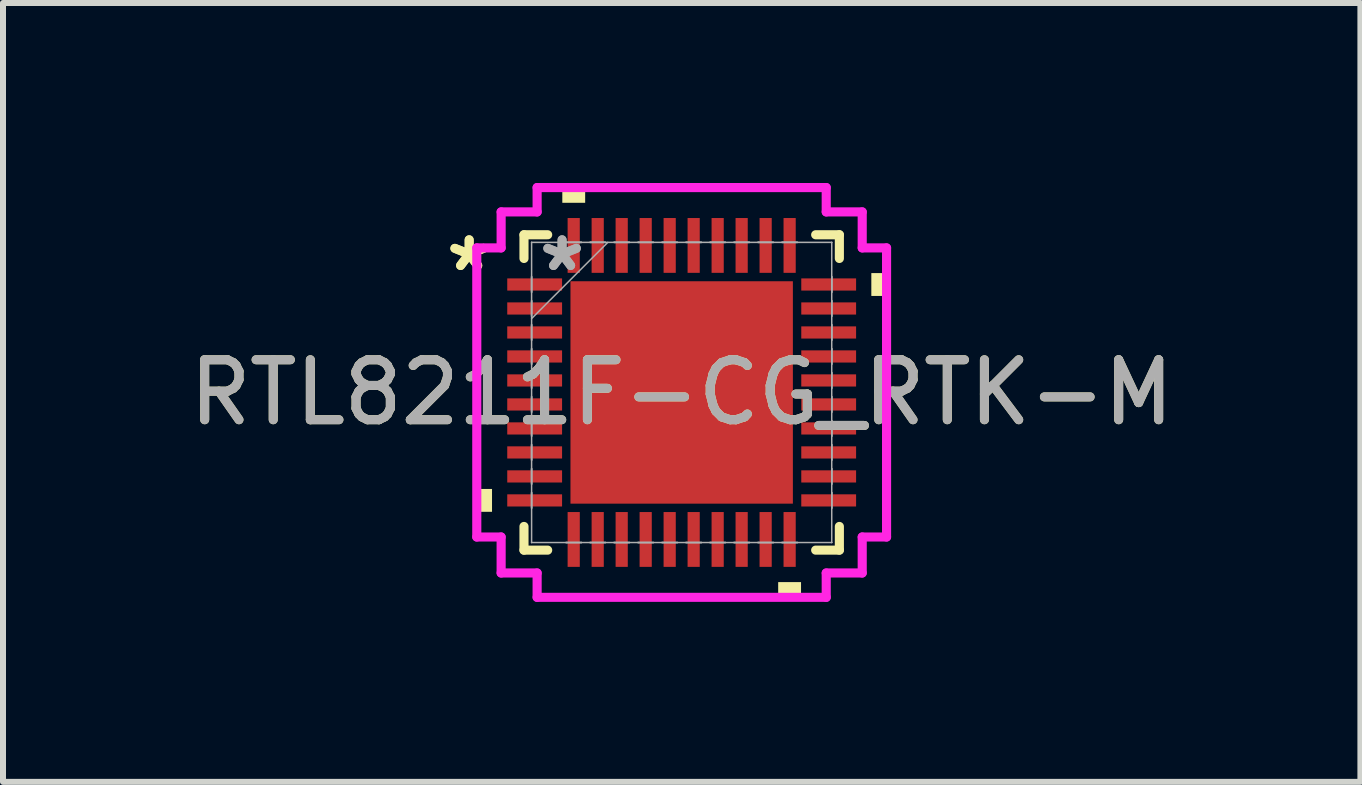
<source format=kicad_pcb>
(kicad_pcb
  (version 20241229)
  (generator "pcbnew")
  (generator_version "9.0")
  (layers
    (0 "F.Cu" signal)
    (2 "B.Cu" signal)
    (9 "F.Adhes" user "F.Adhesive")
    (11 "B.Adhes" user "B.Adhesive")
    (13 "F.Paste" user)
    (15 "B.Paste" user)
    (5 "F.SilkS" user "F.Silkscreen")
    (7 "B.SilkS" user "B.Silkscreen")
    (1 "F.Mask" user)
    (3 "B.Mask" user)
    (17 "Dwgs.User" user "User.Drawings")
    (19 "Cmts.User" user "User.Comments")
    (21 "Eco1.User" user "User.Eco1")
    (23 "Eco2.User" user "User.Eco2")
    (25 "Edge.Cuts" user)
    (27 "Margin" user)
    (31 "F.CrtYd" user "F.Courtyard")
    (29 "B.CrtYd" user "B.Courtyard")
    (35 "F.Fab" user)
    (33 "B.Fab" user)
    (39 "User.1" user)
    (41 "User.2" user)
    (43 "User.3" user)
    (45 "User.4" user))
  (footprint "RTL8211F-CG_RTK-M"
    (layer "F.Cu")
    (at 8.315 3.493)
    (property "Reference" "RTL8211F-CG_RTK-M" (at 0 0 0) (unlocked yes) (layer "F.SilkS") (effects (font (size 1 1) (thickness 0.15))))
    (attr smd)
    (fp_line (start -2.629 -2.629) (end -2.629 -2.234) (stroke (width 0.152) (type solid)) (layer "F.SilkS"))
    (fp_line (start -2.629 2.234) (end -2.629 2.629) (stroke (width 0.152) (type solid)) (layer "F.SilkS"))
    (fp_line (start -2.629 2.629) (end -2.234 2.629) (stroke (width 0.152) (type solid)) (layer "F.SilkS"))
    (fp_line (start -2.234 -2.629) (end -2.629 -2.629) (stroke (width 0.152) (type solid)) (layer "F.SilkS"))
    (fp_line (start 2.234 2.629) (end 2.629 2.629) (stroke (width 0.152) (type solid)) (layer "F.SilkS"))
    (fp_line (start 2.629 -2.629) (end 2.234 -2.629) (stroke (width 0.152) (type solid)) (layer "F.SilkS"))
    (fp_line (start 2.629 -2.234) (end 2.629 -2.629) (stroke (width 0.152) (type solid)) (layer "F.SilkS"))
    (fp_line (start 2.629 2.629) (end 2.629 2.234) (stroke (width 0.152) (type solid)) (layer "F.SilkS"))
    (fp_poly (pts (xy -3.416 1.609) (xy -3.416 1.99) (xy -3.162 1.99) (xy -3.162 1.609)) (stroke (width 0) (type solid)) (fill yes) (layer "F.SilkS"))
    (fp_poly (pts (xy -1.99 -3.162) (xy -1.99 -3.416) (xy -1.609 -3.416) (xy -1.609 -3.162)) (stroke (width 0) (type solid)) (fill yes) (layer "F.SilkS"))
    (fp_poly (pts (xy 1.609 3.162) (xy 1.609 3.416) (xy 1.99 3.416) (xy 1.99 3.162)) (stroke (width 0) (type solid)) (fill yes) (layer "F.SilkS"))
    (fp_poly (pts (xy 3.416 -1.99) (xy 3.416 -1.609) (xy 3.162 -1.609) (xy 3.162 -1.99)) (stroke (width 0) (type solid)) (fill yes) (layer "F.SilkS"))
    (fp_poly (pts (xy -1.754 -1.754) (xy -1.754 -0.1) (xy -0.1 -0.1) (xy -0.1 -1.754)) (stroke (width 0) (type solid)) (fill yes) (layer "F.Paste"))
    (fp_poly (pts (xy -1.754 0.1) (xy -1.754 1.754) (xy -0.1 1.754) (xy -0.1 0.1)) (stroke (width 0) (type solid)) (fill yes) (layer "F.Paste"))
    (fp_poly (pts (xy 0.1 -1.754) (xy 0.1 -0.1) (xy 1.754 -0.1) (xy 1.754 -1.754)) (stroke (width 0) (type solid)) (fill yes) (layer "F.Paste"))
    (fp_poly (pts (xy 0.1 0.1) (xy 0.1 1.754) (xy 1.754 1.754) (xy 1.754 0.1)) (stroke (width 0) (type solid)) (fill yes) (layer "F.Paste"))
    (fp_line (start -3.416 -2.41) (end -3.01 -2.41) (stroke (width 0.152) (type solid)) (layer "F.CrtYd"))
    (fp_line (start -3.416 2.41) (end -3.416 -2.41) (stroke (width 0.152) (type solid)) (layer "F.CrtYd"))
    (fp_line (start -3.01 -3.01) (end -2.41 -3.01) (stroke (width 0.152) (type solid)) (layer "F.CrtYd"))
    (fp_line (start -3.01 -2.41) (end -3.01 -3.01) (stroke (width 0.152) (type solid)) (layer "F.CrtYd"))
    (fp_line (start -3.01 2.41) (end -3.416 2.41) (stroke (width 0.152) (type solid)) (layer "F.CrtYd"))
    (fp_line (start -3.01 3.01) (end -3.01 2.41) (stroke (width 0.152) (type solid)) (layer "F.CrtYd"))
    (fp_line (start -2.41 -3.416) (end 2.41 -3.416) (stroke (width 0.152) (type solid)) (layer "F.CrtYd"))
    (fp_line (start -2.41 -3.01) (end -2.41 -3.416) (stroke (width 0.152) (type solid)) (layer "F.CrtYd"))
    (fp_line (start -2.41 3.01) (end -3.01 3.01) (stroke (width 0.152) (type solid)) (layer "F.CrtYd"))
    (fp_line (start -2.41 3.416) (end -2.41 3.01) (stroke (width 0.152) (type solid)) (layer "F.CrtYd"))
    (fp_line (start 2.41 -3.416) (end 2.41 -3.01) (stroke (width 0.152) (type solid)) (layer "F.CrtYd"))
    (fp_line (start 2.41 -3.01) (end 3.01 -3.01) (stroke (width 0.152) (type solid)) (layer "F.CrtYd"))
    (fp_line (start 2.41 3.01) (end 2.41 3.416) (stroke (width 0.152) (type solid)) (layer "F.CrtYd"))
    (fp_line (start 2.41 3.416) (end -2.41 3.416) (stroke (width 0.152) (type solid)) (layer "F.CrtYd"))
    (fp_line (start 3.01 -3.01) (end 3.01 -2.41) (stroke (width 0.152) (type solid)) (layer "F.CrtYd"))
    (fp_line (start 3.01 -2.41) (end 3.416 -2.41) (stroke (width 0.152) (type solid)) (layer "F.CrtYd"))
    (fp_line (start 3.01 2.41) (end 3.01 3.01) (stroke (width 0.152) (type solid)) (layer "F.CrtYd"))
    (fp_line (start 3.01 3.01) (end 2.41 3.01) (stroke (width 0.152) (type solid)) (layer "F.CrtYd"))
    (fp_line (start 3.416 -2.41) (end 3.416 2.41) (stroke (width 0.152) (type solid)) (layer "F.CrtYd"))
    (fp_line (start 3.416 2.41) (end 3.01 2.41) (stroke (width 0.152) (type solid)) (layer "F.CrtYd"))
    (fp_line (start -2.502 -2.502) (end -2.502 -2.502) (stroke (width 0.025) (type solid)) (layer "F.Fab"))
    (fp_line (start -2.502 -2.502) (end -2.502 2.502) (stroke (width 0.025) (type solid)) (layer "F.Fab"))
    (fp_line (start -2.502 -1.927) (end -2.502 -1.927) (stroke (width 0.025) (type solid)) (layer "F.Fab"))
    (fp_line (start -2.502 -1.927) (end -2.502 -1.673) (stroke (width 0.025) (type solid)) (layer "F.Fab"))
    (fp_line (start -2.502 -1.673) (end -2.502 -1.927) (stroke (width 0.025) (type solid)) (layer "F.Fab"))
    (fp_line (start -2.502 -1.673) (end -2.502 -1.673) (stroke (width 0.025) (type solid)) (layer "F.Fab"))
    (fp_line (start -2.502 -1.527) (end -2.502 -1.527) (stroke (width 0.025) (type solid)) (layer "F.Fab"))
    (fp_line (start -2.502 -1.527) (end -2.502 -1.273) (stroke (width 0.025) (type solid)) (layer "F.Fab"))
    (fp_line (start -2.502 -1.273) (end -2.502 -1.527) (stroke (width 0.025) (type solid)) (layer "F.Fab"))
    (fp_line (start -2.502 -1.273) (end -2.502 -1.273) (stroke (width 0.025) (type solid)) (layer "F.Fab"))
    (fp_line (start -2.502 -1.232) (end -1.232 -2.502) (stroke (width 0.025) (type solid)) (layer "F.Fab"))
    (fp_line (start -2.502 -1.127) (end -2.502 -1.127) (stroke (width 0.025) (type solid)) (layer "F.Fab"))
    (fp_line (start -2.502 -1.127) (end -2.502 -0.873) (stroke (width 0.025) (type solid)) (layer "F.Fab"))
    (fp_line (start -2.502 -0.873) (end -2.502 -1.127) (stroke (width 0.025) (type solid)) (layer "F.Fab"))
    (fp_line (start -2.502 -0.873) (end -2.502 -0.873) (stroke (width 0.025) (type solid)) (layer "F.Fab"))
    (fp_line (start -2.502 -0.727) (end -2.502 -0.727) (stroke (width 0.025) (type solid)) (layer "F.Fab"))
    (fp_line (start -2.502 -0.727) (end -2.502 -0.473) (stroke (width 0.025) (type solid)) (layer "F.Fab"))
    (fp_line (start -2.502 -0.473) (end -2.502 -0.727) (stroke (width 0.025) (type solid)) (layer "F.Fab"))
    (fp_line (start -2.502 -0.473) (end -2.502 -0.473) (stroke (width 0.025) (type solid)) (layer "F.Fab"))
    (fp_line (start -2.502 -0.327) (end -2.502 -0.327) (stroke (width 0.025) (type solid)) (layer "F.Fab"))
    (fp_line (start -2.502 -0.327) (end -2.502 -0.073) (stroke (width 0.025) (type solid)) (layer "F.Fab"))
    (fp_line (start -2.502 -0.073) (end -2.502 -0.327) (stroke (width 0.025) (type solid)) (layer "F.Fab"))
    (fp_line (start -2.502 -0.073) (end -2.502 -0.073) (stroke (width 0.025) (type solid)) (layer "F.Fab"))
    (fp_line (start -2.502 0.073) (end -2.502 0.073) (stroke (width 0.025) (type solid)) (layer "F.Fab"))
    (fp_line (start -2.502 0.073) (end -2.502 0.327) (stroke (width 0.025) (type solid)) (layer "F.Fab"))
    (fp_line (start -2.502 0.327) (end -2.502 0.073) (stroke (width 0.025) (type solid)) (layer "F.Fab"))
    (fp_line (start -2.502 0.327) (end -2.502 0.327) (stroke (width 0.025) (type solid)) (layer "F.Fab"))
    (fp_line (start -2.502 0.473) (end -2.502 0.473) (stroke (width 0.025) (type solid)) (layer "F.Fab"))
    (fp_line (start -2.502 0.473) (end -2.502 0.727) (stroke (width 0.025) (type solid)) (layer "F.Fab"))
    (fp_line (start -2.502 0.727) (end -2.502 0.473) (stroke (width 0.025) (type solid)) (layer "F.Fab"))
    (fp_line (start -2.502 0.727) (end -2.502 0.727) (stroke (width 0.025) (type solid)) (layer "F.Fab"))
    (fp_line (start -2.502 0.873) (end -2.502 0.873) (stroke (width 0.025) (type solid)) (layer "F.Fab"))
    (fp_line (start -2.502 0.873) (end -2.502 1.127) (stroke (width 0.025) (type solid)) (layer "F.Fab"))
    (fp_line (start -2.502 1.127) (end -2.502 0.873) (stroke (width 0.025) (type solid)) (layer "F.Fab"))
    (fp_line (start -2.502 1.127) (end -2.502 1.127) (stroke (width 0.025) (type solid)) (layer "F.Fab"))
    (fp_line (start -2.502 1.273) (end -2.502 1.273) (stroke (width 0.025) (type solid)) (layer "F.Fab"))
    (fp_line (start -2.502 1.273) (end -2.502 1.527) (stroke (width 0.025) (type solid)) (layer "F.Fab"))
    (fp_line (start -2.502 1.527) (end -2.502 1.273) (stroke (width 0.025) (type solid)) (layer "F.Fab"))
    (fp_line (start -2.502 1.527) (end -2.502 1.527) (stroke (width 0.025) (type solid)) (layer "F.Fab"))
    (fp_line (start -2.502 1.673) (end -2.502 1.673) (stroke (width 0.025) (type solid)) (layer "F.Fab"))
    (fp_line (start -2.502 1.673) (end -2.502 1.927) (stroke (width 0.025) (type solid)) (layer "F.Fab"))
    (fp_line (start -2.502 1.927) (end -2.502 1.673) (stroke (width 0.025) (type solid)) (layer "F.Fab"))
    (fp_line (start -2.502 1.927) (end -2.502 1.927) (stroke (width 0.025) (type solid)) (layer "F.Fab"))
    (fp_line (start -2.502 2.502) (end -2.502 2.502) (stroke (width 0.025) (type solid)) (layer "F.Fab"))
    (fp_line (start -2.502 2.502) (end 2.502 2.502) (stroke (width 0.025) (type solid)) (layer "F.Fab"))
    (fp_line (start -1.927 -2.502) (end -1.927 -2.502) (stroke (width 0.025) (type solid)) (layer "F.Fab"))
    (fp_line (start -1.927 -2.502) (end -1.673 -2.502) (stroke (width 0.025) (type solid)) (layer "F.Fab"))
    (fp_line (start -1.927 2.502) (end -1.927 2.502) (stroke (width 0.025) (type solid)) (layer "F.Fab"))
    (fp_line (start -1.927 2.502) (end -1.673 2.502) (stroke (width 0.025) (type solid)) (layer "F.Fab"))
    (fp_line (start -1.673 -2.502) (end -1.927 -2.502) (stroke (width 0.025) (type solid)) (layer "F.Fab"))
    (fp_line (start -1.673 -2.502) (end -1.673 -2.502) (stroke (width 0.025) (type solid)) (layer "F.Fab"))
    (fp_line (start -1.673 2.502) (end -1.927 2.502) (stroke (width 0.025) (type solid)) (layer "F.Fab"))
    (fp_line (start -1.673 2.502) (end -1.673 2.502) (stroke (width 0.025) (type solid)) (layer "F.Fab"))
    (fp_line (start -1.527 -2.502) (end -1.527 -2.502) (stroke (width 0.025) (type solid)) (layer "F.Fab"))
    (fp_line (start -1.527 -2.502) (end -1.273 -2.502) (stroke (width 0.025) (type solid)) (layer "F.Fab"))
    (fp_line (start -1.527 2.502) (end -1.527 2.502) (stroke (width 0.025) (type solid)) (layer "F.Fab"))
    (fp_line (start -1.527 2.502) (end -1.273 2.502) (stroke (width 0.025) (type solid)) (layer "F.Fab"))
    (fp_line (start -1.273 -2.502) (end -1.527 -2.502) (stroke (width 0.025) (type solid)) (layer "F.Fab"))
    (fp_line (start -1.273 -2.502) (end -1.273 -2.502) (stroke (width 0.025) (type solid)) (layer "F.Fab"))
    (fp_line (start -1.273 2.502) (end -1.527 2.502) (stroke (width 0.025) (type solid)) (layer "F.Fab"))
    (fp_line (start -1.273 2.502) (end -1.273 2.502) (stroke (width 0.025) (type solid)) (layer "F.Fab"))
    (fp_line (start -1.127 -2.502) (end -1.127 -2.502) (stroke (width 0.025) (type solid)) (layer "F.Fab"))
    (fp_line (start -1.127 -2.502) (end -0.873 -2.502) (stroke (width 0.025) (type solid)) (layer "F.Fab"))
    (fp_line (start -1.127 2.502) (end -1.127 2.502) (stroke (width 0.025) (type solid)) (layer "F.Fab"))
    (fp_line (start -1.127 2.502) (end -0.873 2.502) (stroke (width 0.025) (type solid)) (layer "F.Fab"))
    (fp_line (start -0.873 -2.502) (end -1.127 -2.502) (stroke (width 0.025) (type solid)) (layer "F.Fab"))
    (fp_line (start -0.873 -2.502) (end -0.873 -2.502) (stroke (width 0.025) (type solid)) (layer "F.Fab"))
    (fp_line (start -0.873 2.502) (end -1.127 2.502) (stroke (width 0.025) (type solid)) (layer "F.Fab"))
    (fp_line (start -0.873 2.502) (end -0.873 2.502) (stroke (width 0.025) (type solid)) (layer "F.Fab"))
    (fp_line (start -0.727 -2.502) (end -0.727 -2.502) (stroke (width 0.025) (type solid)) (layer "F.Fab"))
    (fp_line (start -0.727 -2.502) (end -0.473 -2.502) (stroke (width 0.025) (type solid)) (layer "F.Fab"))
    (fp_line (start -0.727 2.502) (end -0.727 2.502) (stroke (width 0.025) (type solid)) (layer "F.Fab"))
    (fp_line (start -0.727 2.502) (end -0.473 2.502) (stroke (width 0.025) (type solid)) (layer "F.Fab"))
    (fp_line (start -0.473 -2.502) (end -0.727 -2.502) (stroke (width 0.025) (type solid)) (layer "F.Fab"))
    (fp_line (start -0.473 -2.502) (end -0.473 -2.502) (stroke (width 0.025) (type solid)) (layer "F.Fab"))
    (fp_line (start -0.473 2.502) (end -0.727 2.502) (stroke (width 0.025) (type solid)) (layer "F.Fab"))
    (fp_line (start -0.473 2.502) (end -0.473 2.502) (stroke (width 0.025) (type solid)) (layer "F.Fab"))
    (fp_line (start -0.327 -2.502) (end -0.327 -2.502) (stroke (width 0.025) (type solid)) (layer "F.Fab"))
    (fp_line (start -0.327 -2.502) (end -0.073 -2.502) (stroke (width 0.025) (type solid)) (layer "F.Fab"))
    (fp_line (start -0.327 2.502) (end -0.327 2.502) (stroke (width 0.025) (type solid)) (layer "F.Fab"))
    (fp_line (start -0.327 2.502) (end -0.073 2.502) (stroke (width 0.025) (type solid)) (layer "F.Fab"))
    (fp_line (start -0.073 -2.502) (end -0.327 -2.502) (stroke (width 0.025) (type solid)) (layer "F.Fab"))
    (fp_line (start -0.073 -2.502) (end -0.073 -2.502) (stroke (width 0.025) (type solid)) (layer "F.Fab"))
    (fp_line (start -0.073 2.502) (end -0.327 2.502) (stroke (width 0.025) (type solid)) (layer "F.Fab"))
    (fp_line (start -0.073 2.502) (end -0.073 2.502) (stroke (width 0.025) (type solid)) (layer "F.Fab"))
    (fp_line (start 0.073 -2.502) (end 0.073 -2.502) (stroke (width 0.025) (type solid)) (layer "F.Fab"))
    (fp_line (start 0.073 -2.502) (end 0.327 -2.502) (stroke (width 0.025) (type solid)) (layer "F.Fab"))
    (fp_line (start 0.073 2.502) (end 0.073 2.502) (stroke (width 0.025) (type solid)) (layer "F.Fab"))
    (fp_line (start 0.073 2.502) (end 0.327 2.502) (stroke (width 0.025) (type solid)) (layer "F.Fab"))
    (fp_line (start 0.327 -2.502) (end 0.073 -2.502) (stroke (width 0.025) (type solid)) (layer "F.Fab"))
    (fp_line (start 0.327 -2.502) (end 0.327 -2.502) (stroke (width 0.025) (type solid)) (layer "F.Fab"))
    (fp_line (start 0.327 2.502) (end 0.073 2.502) (stroke (width 0.025) (type solid)) (layer "F.Fab"))
    (fp_line (start 0.327 2.502) (end 0.327 2.502) (stroke (width 0.025) (type solid)) (layer "F.Fab"))
    (fp_line (start 0.473 -2.502) (end 0.473 -2.502) (stroke (width 0.025) (type solid)) (layer "F.Fab"))
    (fp_line (start 0.473 -2.502) (end 0.727 -2.502) (stroke (width 0.025) (type solid)) (layer "F.Fab"))
    (fp_line (start 0.473 2.502) (end 0.473 2.502) (stroke (width 0.025) (type solid)) (layer "F.Fab"))
    (fp_line (start 0.473 2.502) (end 0.727 2.502) (stroke (width 0.025) (type solid)) (layer "F.Fab"))
    (fp_line (start 0.727 -2.502) (end 0.473 -2.502) (stroke (width 0.025) (type solid)) (layer "F.Fab"))
    (fp_line (start 0.727 -2.502) (end 0.727 -2.502) (stroke (width 0.025) (type solid)) (layer "F.Fab"))
    (fp_line (start 0.727 2.502) (end 0.473 2.502) (stroke (width 0.025) (type solid)) (layer "F.Fab"))
    (fp_line (start 0.727 2.502) (end 0.727 2.502) (stroke (width 0.025) (type solid)) (layer "F.Fab"))
    (fp_line (start 0.873 -2.502) (end 0.873 -2.502) (stroke (width 0.025) (type solid)) (layer "F.Fab"))
    (fp_line (start 0.873 -2.502) (end 1.127 -2.502) (stroke (width 0.025) (type solid)) (layer "F.Fab"))
    (fp_line (start 0.873 2.502) (end 0.873 2.502) (stroke (width 0.025) (type solid)) (layer "F.Fab"))
    (fp_line (start 0.873 2.502) (end 1.127 2.502) (stroke (width 0.025) (type solid)) (layer "F.Fab"))
    (fp_line (start 1.127 -2.502) (end 0.873 -2.502) (stroke (width 0.025) (type solid)) (layer "F.Fab"))
    (fp_line (start 1.127 -2.502) (end 1.127 -2.502) (stroke (width 0.025) (type solid)) (layer "F.Fab"))
    (fp_line (start 1.127 2.502) (end 0.873 2.502) (stroke (width 0.025) (type solid)) (layer "F.Fab"))
    (fp_line (start 1.127 2.502) (end 1.127 2.502) (stroke (width 0.025) (type solid)) (layer "F.Fab"))
    (fp_line (start 1.273 -2.502) (end 1.273 -2.502) (stroke (width 0.025) (type solid)) (layer "F.Fab"))
    (fp_line (start 1.273 -2.502) (end 1.527 -2.502) (stroke (width 0.025) (type solid)) (layer "F.Fab"))
    (fp_line (start 1.273 2.502) (end 1.273 2.502) (stroke (width 0.025) (type solid)) (layer "F.Fab"))
    (fp_line (start 1.273 2.502) (end 1.527 2.502) (stroke (width 0.025) (type solid)) (layer "F.Fab"))
    (fp_line (start 1.527 -2.502) (end 1.273 -2.502) (stroke (width 0.025) (type solid)) (layer "F.Fab"))
    (fp_line (start 1.527 -2.502) (end 1.527 -2.502) (stroke (width 0.025) (type solid)) (layer "F.Fab"))
    (fp_line (start 1.527 2.502) (end 1.273 2.502) (stroke (width 0.025) (type solid)) (layer "F.Fab"))
    (fp_line (start 1.527 2.502) (end 1.527 2.502) (stroke (width 0.025) (type solid)) (layer "F.Fab"))
    (fp_line (start 1.673 -2.502) (end 1.673 -2.502) (stroke (width 0.025) (type solid)) (layer "F.Fab"))
    (fp_line (start 1.673 -2.502) (end 1.927 -2.502) (stroke (width 0.025) (type solid)) (layer "F.Fab"))
    (fp_line (start 1.673 2.502) (end 1.673 2.502) (stroke (width 0.025) (type solid)) (layer "F.Fab"))
    (fp_line (start 1.673 2.502) (end 1.927 2.502) (stroke (width 0.025) (type solid)) (layer "F.Fab"))
    (fp_line (start 1.927 -2.502) (end 1.673 -2.502) (stroke (width 0.025) (type solid)) (layer "F.Fab"))
    (fp_line (start 1.927 -2.502) (end 1.927 -2.502) (stroke (width 0.025) (type solid)) (layer "F.Fab"))
    (fp_line (start 1.927 2.502) (end 1.673 2.502) (stroke (width 0.025) (type solid)) (layer "F.Fab"))
    (fp_line (start 1.927 2.502) (end 1.927 2.502) (stroke (width 0.025) (type solid)) (layer "F.Fab"))
    (fp_line (start 2.502 -2.502) (end -2.502 -2.502) (stroke (width 0.025) (type solid)) (layer "F.Fab"))
    (fp_line (start 2.502 -2.502) (end 2.502 -2.502) (stroke (width 0.025) (type solid)) (layer "F.Fab"))
    (fp_line (start 2.502 -1.927) (end 2.502 -1.927) (stroke (width 0.025) (type solid)) (layer "F.Fab"))
    (fp_line (start 2.502 -1.927) (end 2.502 -1.673) (stroke (width 0.025) (type solid)) (layer "F.Fab"))
    (fp_line (start 2.502 -1.673) (end 2.502 -1.927) (stroke (width 0.025) (type solid)) (layer "F.Fab"))
    (fp_line (start 2.502 -1.673) (end 2.502 -1.673) (stroke (width 0.025) (type solid)) (layer "F.Fab"))
    (fp_line (start 2.502 -1.527) (end 2.502 -1.527) (stroke (width 0.025) (type solid)) (layer "F.Fab"))
    (fp_line (start 2.502 -1.527) (end 2.502 -1.273) (stroke (width 0.025) (type solid)) (layer "F.Fab"))
    (fp_line (start 2.502 -1.273) (end 2.502 -1.527) (stroke (width 0.025) (type solid)) (layer "F.Fab"))
    (fp_line (start 2.502 -1.273) (end 2.502 -1.273) (stroke (width 0.025) (type solid)) (layer "F.Fab"))
    (fp_line (start 2.502 -1.127) (end 2.502 -1.127) (stroke (width 0.025) (type solid)) (layer "F.Fab"))
    (fp_line (start 2.502 -1.127) (end 2.502 -0.873) (stroke (width 0.025) (type solid)) (layer "F.Fab"))
    (fp_line (start 2.502 -0.873) (end 2.502 -1.127) (stroke (width 0.025) (type solid)) (layer "F.Fab"))
    (fp_line (start 2.502 -0.873) (end 2.502 -0.873) (stroke (width 0.025) (type solid)) (layer "F.Fab"))
    (fp_line (start 2.502 -0.727) (end 2.502 -0.727) (stroke (width 0.025) (type solid)) (layer "F.Fab"))
    (fp_line (start 2.502 -0.727) (end 2.502 -0.473) (stroke (width 0.025) (type solid)) (layer "F.Fab"))
    (fp_line (start 2.502 -0.473) (end 2.502 -0.727) (stroke (width 0.025) (type solid)) (layer "F.Fab"))
    (fp_line (start 2.502 -0.473) (end 2.502 -0.473) (stroke (width 0.025) (type solid)) (layer "F.Fab"))
    (fp_line (start 2.502 -0.327) (end 2.502 -0.327) (stroke (width 0.025) (type solid)) (layer "F.Fab"))
    (fp_line (start 2.502 -0.327) (end 2.502 -0.073) (stroke (width 0.025) (type solid)) (layer "F.Fab"))
    (fp_line (start 2.502 -0.073) (end 2.502 -0.327) (stroke (width 0.025) (type solid)) (layer "F.Fab"))
    (fp_line (start 2.502 -0.073) (end 2.502 -0.073) (stroke (width 0.025) (type solid)) (layer "F.Fab"))
    (fp_line (start 2.502 0.073) (end 2.502 0.073) (stroke (width 0.025) (type solid)) (layer "F.Fab"))
    (fp_line (start 2.502 0.073) (end 2.502 0.327) (stroke (width 0.025) (type solid)) (layer "F.Fab"))
    (fp_line (start 2.502 0.327) (end 2.502 0.073) (stroke (width 0.025) (type solid)) (layer "F.Fab"))
    (fp_line (start 2.502 0.327) (end 2.502 0.327) (stroke (width 0.025) (type solid)) (layer "F.Fab"))
    (fp_line (start 2.502 0.473) (end 2.502 0.473) (stroke (width 0.025) (type solid)) (layer "F.Fab"))
    (fp_line (start 2.502 0.473) (end 2.502 0.727) (stroke (width 0.025) (type solid)) (layer "F.Fab"))
    (fp_line (start 2.502 0.727) (end 2.502 0.473) (stroke (width 0.025) (type solid)) (layer "F.Fab"))
    (fp_line (start 2.502 0.727) (end 2.502 0.727) (stroke (width 0.025) (type solid)) (layer "F.Fab"))
    (fp_line (start 2.502 0.873) (end 2.502 0.873) (stroke (width 0.025) (type solid)) (layer "F.Fab"))
    (fp_line (start 2.502 0.873) (end 2.502 1.127) (stroke (width 0.025) (type solid)) (layer "F.Fab"))
    (fp_line (start 2.502 1.127) (end 2.502 0.873) (stroke (width 0.025) (type solid)) (layer "F.Fab"))
    (fp_line (start 2.502 1.127) (end 2.502 1.127) (stroke (width 0.025) (type solid)) (layer "F.Fab"))
    (fp_line (start 2.502 1.273) (end 2.502 1.273) (stroke (width 0.025) (type solid)) (layer "F.Fab"))
    (fp_line (start 2.502 1.273) (end 2.502 1.527) (stroke (width 0.025) (type solid)) (layer "F.Fab"))
    (fp_line (start 2.502 1.527) (end 2.502 1.273) (stroke (width 0.025) (type solid)) (layer "F.Fab"))
    (fp_line (start 2.502 1.527) (end 2.502 1.527) (stroke (width 0.025) (type solid)) (layer "F.Fab"))
    (fp_line (start 2.502 1.673) (end 2.502 1.673) (stroke (width 0.025) (type solid)) (layer "F.Fab"))
    (fp_line (start 2.502 1.673) (end 2.502 1.927) (stroke (width 0.025) (type solid)) (layer "F.Fab"))
    (fp_line (start 2.502 1.927) (end 2.502 1.673) (stroke (width 0.025) (type solid)) (layer "F.Fab"))
    (fp_line (start 2.502 1.927) (end 2.502 1.927) (stroke (width 0.025) (type solid)) (layer "F.Fab"))
    (fp_line (start 2.502 2.502) (end 2.502 -2.502) (stroke (width 0.025) (type solid)) (layer "F.Fab"))
    (fp_line (start 2.502 2.502) (end 2.502 2.502) (stroke (width 0.025) (type solid)) (layer "F.Fab"))
    (fp_text user "*" (at -3.543 -2 0) (unlocked yes) (layer "F.SilkS") (effects (font (size 1 1) (thickness 0.15))))
    (fp_text user "*" (at -3.543 -2 0) (layer "F.SilkS") (effects (font (size 1 1) (thickness 0.15))))
    (fp_text user "*" (at -1.994 -2 0) (layer "F.Fab") (effects (font (size 1 1) (thickness 0.15))))
    (fp_text user "*" (at -1.994 -2 0) (unlocked yes) (layer "F.Fab") (effects (font (size 1 1) (thickness 0.15))))
    (fp_text user "${REFERENCE}" (at 0 0 0) (unlocked yes) (layer "F.Fab") (effects (font (size 1 1) (thickness 0.15))))
    (pad "1" smd rect (at -2.451 -1.8 90) (size 0.203 0.914) (layers "F.Cu" "F.Mask" "F.Paste"))
    (pad "2" smd rect (at -2.451 -1.4 90) (size 0.203 0.914) (layers "F.Cu" "F.Mask" "F.Paste"))
    (pad "3" smd rect (at -2.451 -1 90) (size 0.203 0.914) (layers "F.Cu" "F.Mask" "F.Paste"))
    (pad "4" smd rect (at -2.451 -0.6 90) (size 0.203 0.914) (layers "F.Cu" "F.Mask" "F.Paste"))
    (pad "5" smd rect (at -2.451 -0.2 90) (size 0.203 0.914) (layers "F.Cu" "F.Mask" "F.Paste"))
    (pad "6" smd rect (at -2.451 0.2 90) (size 0.203 0.914) (layers "F.Cu" "F.Mask" "F.Paste"))
    (pad "7" smd rect (at -2.451 0.6 90) (size 0.203 0.914) (layers "F.Cu" "F.Mask" "F.Paste"))
    (pad "8" smd rect (at -2.451 1 90) (size 0.203 0.914) (layers "F.Cu" "F.Mask" "F.Paste"))
    (pad "9" smd rect (at -2.451 1.4 90) (size 0.203 0.914) (layers "F.Cu" "F.Mask" "F.Paste"))
    (pad "10" smd rect (at -2.451 1.8 90) (size 0.203 0.914) (layers "F.Cu" "F.Mask" "F.Paste"))
    (pad "11" smd rect (at -1.8 2.451) (size 0.203 0.914) (layers "F.Cu" "F.Mask" "F.Paste"))
    (pad "12" smd rect (at -1.4 2.451) (size 0.203 0.914) (layers "F.Cu" "F.Mask" "F.Paste"))
    (pad "13" smd rect (at -1 2.451) (size 0.203 0.914) (layers "F.Cu" "F.Mask" "F.Paste"))
    (pad "14" smd rect (at -0.6 2.451) (size 0.203 0.914) (layers "F.Cu" "F.Mask" "F.Paste"))
    (pad "15" smd rect (at -0.2 2.451) (size 0.203 0.914) (layers "F.Cu" "F.Mask" "F.Paste"))
    (pad "16" smd rect (at 0.2 2.451) (size 0.203 0.914) (layers "F.Cu" "F.Mask" "F.Paste"))
    (pad "17" smd rect (at 0.6 2.451) (size 0.203 0.914) (layers "F.Cu" "F.Mask" "F.Paste"))
    (pad "18" smd rect (at 1 2.451) (size 0.203 0.914) (layers "F.Cu" "F.Mask" "F.Paste"))
    (pad "19" smd rect (at 1.4 2.451) (size 0.203 0.914) (layers "F.Cu" "F.Mask" "F.Paste"))
    (pad "20" smd rect (at 1.8 2.451) (size 0.203 0.914) (layers "F.Cu" "F.Mask" "F.Paste"))
    (pad "21" smd rect (at 2.451 1.8 90) (size 0.203 0.914) (layers "F.Cu" "F.Mask" "F.Paste"))
    (pad "22" smd rect (at 2.451 1.4 90) (size 0.203 0.914) (layers "F.Cu" "F.Mask" "F.Paste"))
    (pad "23" smd rect (at 2.451 1 90) (size 0.203 0.914) (layers "F.Cu" "F.Mask" "F.Paste"))
    (pad "24" smd rect (at 2.451 0.6 90) (size 0.203 0.914) (layers "F.Cu" "F.Mask" "F.Paste"))
    (pad "25" smd rect (at 2.451 0.2 90) (size 0.203 0.914) (layers "F.Cu" "F.Mask" "F.Paste"))
    (pad "26" smd rect (at 2.451 -0.2 90) (size 0.203 0.914) (layers "F.Cu" "F.Mask" "F.Paste"))
    (pad "27" smd rect (at 2.451 -0.6 90) (size 0.203 0.914) (layers "F.Cu" "F.Mask" "F.Paste"))
    (pad "28" smd rect (at 2.451 -1 90) (size 0.203 0.914) (layers "F.Cu" "F.Mask" "F.Paste"))
    (pad "29" smd rect (at 2.451 -1.4 90) (size 0.203 0.914) (layers "F.Cu" "F.Mask" "F.Paste"))
    (pad "30" smd rect (at 2.451 -1.8 90) (size 0.203 0.914) (layers "F.Cu" "F.Mask" "F.Paste"))
    (pad "31" smd rect (at 1.8 -2.451) (size 0.203 0.914) (layers "F.Cu" "F.Mask" "F.Paste"))
    (pad "32" smd rect (at 1.4 -2.451) (size 0.203 0.914) (layers "F.Cu" "F.Mask" "F.Paste"))
    (pad "33" smd rect (at 1 -2.451) (size 0.203 0.914) (layers "F.Cu" "F.Mask" "F.Paste"))
    (pad "34" smd rect (at 0.6 -2.451) (size 0.203 0.914) (layers "F.Cu" "F.Mask" "F.Paste"))
    (pad "35" smd rect (at 0.2 -2.451) (size 0.203 0.914) (layers "F.Cu" "F.Mask" "F.Paste"))
    (pad "36" smd rect (at -0.2 -2.451) (size 0.203 0.914) (layers "F.Cu" "F.Mask" "F.Paste"))
    (pad "37" smd rect (at -0.6 -2.451) (size 0.203 0.914) (layers "F.Cu" "F.Mask" "F.Paste"))
    (pad "38" smd rect (at -1 -2.451) (size 0.203 0.914) (layers "F.Cu" "F.Mask" "F.Paste"))
    (pad "39" smd rect (at -1.4 -2.451) (size 0.203 0.914) (layers "F.Cu" "F.Mask" "F.Paste"))
    (pad "40" smd rect (at -1.8 -2.451) (size 0.203 0.914) (layers "F.Cu" "F.Mask" "F.Paste"))
    (pad "41" smd rect (at 0 0) (size 3.708 3.708) (layers "F.Cu" "F.Mask")))
  (gr_rect
    (start -3 -3)
    (end 19.631 9.985)
    (stroke (width 0.1) (type default))
    (fill no)
    (layer "Edge.Cuts")))
</source>
